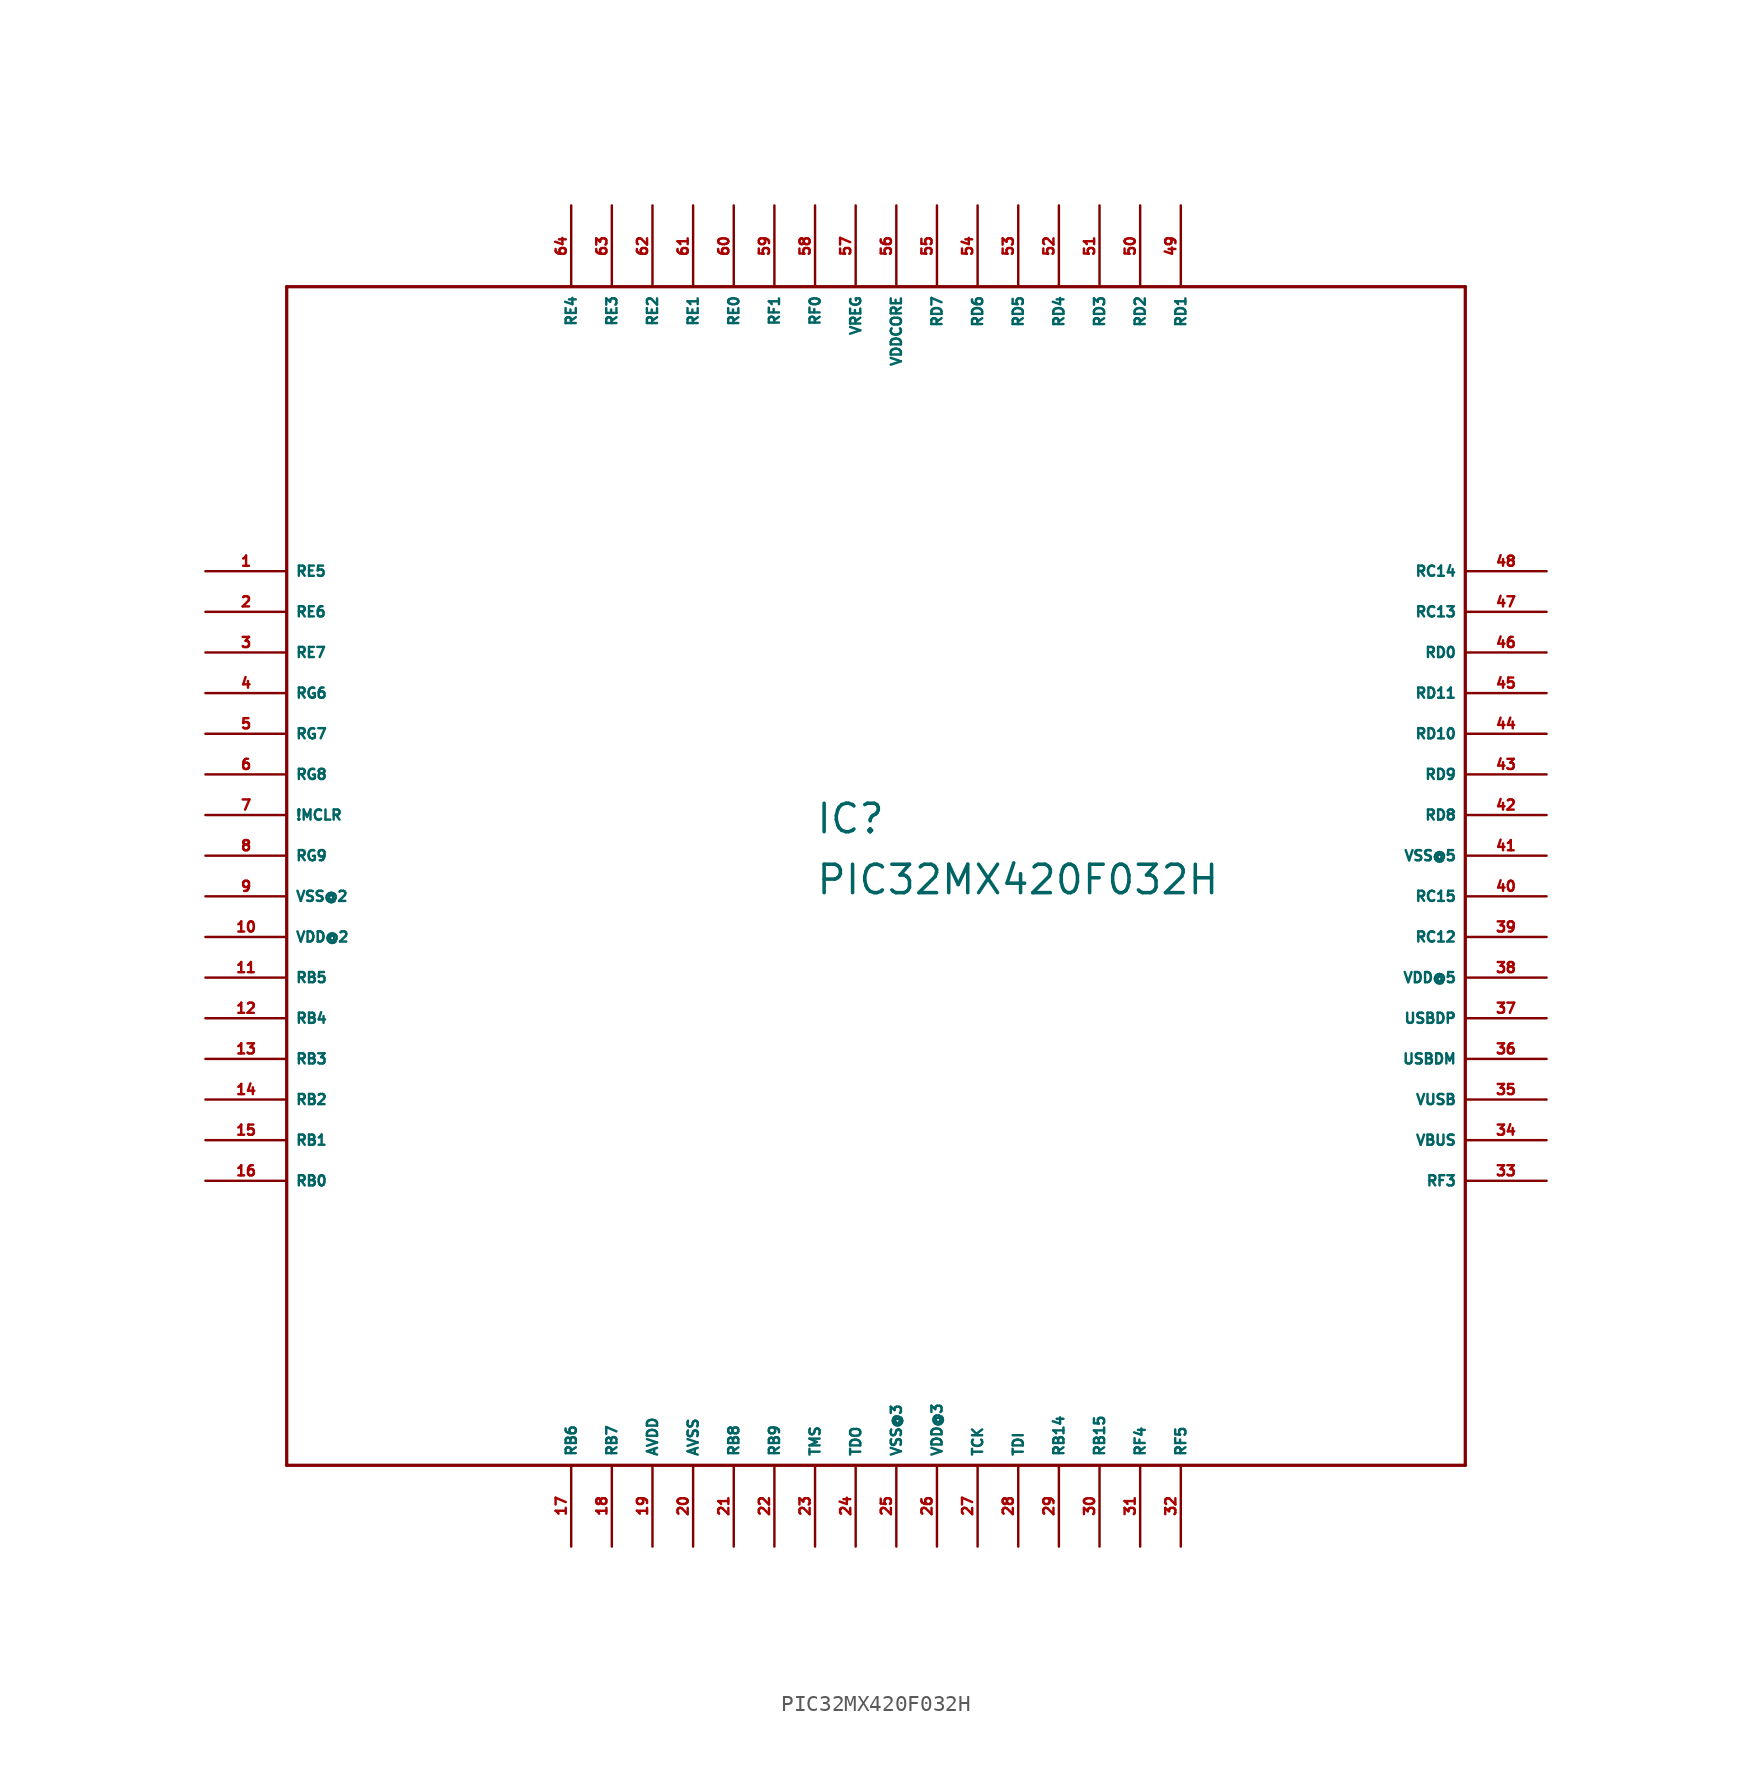
<source format=kicad_sym>
(kicad_symbol_lib
  (version 20220914)
  (generator Eagle2Kicad)
  (symbol "PIC32MX420F032H"
    (property "Reference" "IC"
      (at -5.08 1.27 0)
      (effects (font (size 1.778 1.778) (thickness 0.22)) (justify left bottom)))
    (property "Value" "PIC32MX420F032H"
      (at -5.08 -2.54 0)
      (effects (font (size 1.778 1.778) (thickness 0.22)) (justify left bottom)))
    (polyline
      (pts (xy -38.1 -38.1) (xy 35.56 -38.1))
      (stroke (width 0.203) (type default))
      (fill (type none)))
    (polyline
      (pts (xy 35.56 -38.1) (xy 35.56 35.56))
      (stroke (width 0.203) (type default))
      (fill (type none)))
    (polyline
      (pts (xy 35.56 35.56) (xy -38.1 35.56))
      (stroke (width 0.203) (type default))
      (fill (type none)))
    (polyline
      (pts (xy -38.1 35.56) (xy -38.1 -38.1))
      (stroke (width 0.203) (type default))
      (fill (type none)))
    (pin bidirectional line
      (at -43.18 17.78 0)
      (length 5.08)
      (name "RE5" (effects (font (size 0.635 0.635) (thickness 0.08)) (justify left bottom)))
      (number "1" (effects (font (size 0.635 0.635) (thickness 0.08)) (justify left bottom))))
    (pin bidirectional line
      (at -43.18 15.24 0)
      (length 5.08)
      (name "RE6" (effects (font (size 0.635 0.635) (thickness 0.08)) (justify left bottom)))
      (number "2" (effects (font (size 0.635 0.635) (thickness 0.08)) (justify left bottom))))
    (pin bidirectional line
      (at -43.18 12.7 0)
      (length 5.08)
      (name "RE7" (effects (font (size 0.635 0.635) (thickness 0.08)) (justify left bottom)))
      (number "3" (effects (font (size 0.635 0.635) (thickness 0.08)) (justify left bottom))))
    (pin bidirectional line
      (at -43.18 10.16 0)
      (length 5.08)
      (name "RG6" (effects (font (size 0.635 0.635) (thickness 0.08)) (justify left bottom)))
      (number "4" (effects (font (size 0.635 0.635) (thickness 0.08)) (justify left bottom))))
    (pin bidirectional line
      (at -43.18 7.62 0)
      (length 5.08)
      (name "RG7" (effects (font (size 0.635 0.635) (thickness 0.08)) (justify left bottom)))
      (number "5" (effects (font (size 0.635 0.635) (thickness 0.08)) (justify left bottom))))
    (pin bidirectional line
      (at -43.18 5.08 0)
      (length 5.08)
      (name "RG8" (effects (font (size 0.635 0.635) (thickness 0.08)) (justify left bottom)))
      (number "6" (effects (font (size 0.635 0.635) (thickness 0.08)) (justify left bottom))))
    (pin input line
      (at -43.18 2.54 0)
      (length 5.08)
      (name "!MCLR" (effects (font (size 0.635 0.635) (thickness 0.08)) (justify left bottom)))
      (number "7" (effects (font (size 0.635 0.635) (thickness 0.08)) (justify left bottom))))
    (pin bidirectional line
      (at -43.18 0 0)
      (length 5.08)
      (name "RG9" (effects (font (size 0.635 0.635) (thickness 0.08)) (justify left bottom)))
      (number "8" (effects (font (size 0.635 0.635) (thickness 0.08)) (justify left bottom))))
    (pin unspecified line
      (at -43.18 -2.54 0)
      (length 5.08)
      (name "VSS@2" (effects (font (size 0.635 0.635) (thickness 0.08)) (justify left bottom)))
      (number "9" (effects (font (size 0.635 0.635) (thickness 0.08)) (justify left bottom))))
    (pin unspecified line
      (at -43.18 -5.08 0)
      (length 5.08)
      (name "VDD@2" (effects (font (size 0.635 0.635) (thickness 0.08)) (justify left bottom)))
      (number "10" (effects (font (size 0.635 0.635) (thickness 0.08)) (justify left bottom))))
    (pin bidirectional line
      (at -43.18 -7.62 0)
      (length 5.08)
      (name "RB5" (effects (font (size 0.635 0.635) (thickness 0.08)) (justify left bottom)))
      (number "11" (effects (font (size 0.635 0.635) (thickness 0.08)) (justify left bottom))))
    (pin bidirectional line
      (at -43.18 -10.16 0)
      (length 5.08)
      (name "RB4" (effects (font (size 0.635 0.635) (thickness 0.08)) (justify left bottom)))
      (number "12" (effects (font (size 0.635 0.635) (thickness 0.08)) (justify left bottom))))
    (pin bidirectional line
      (at -43.18 -12.7 0)
      (length 5.08)
      (name "RB3" (effects (font (size 0.635 0.635) (thickness 0.08)) (justify left bottom)))
      (number "13" (effects (font (size 0.635 0.635) (thickness 0.08)) (justify left bottom))))
    (pin bidirectional line
      (at -43.18 -15.24 0)
      (length 5.08)
      (name "RB2" (effects (font (size 0.635 0.635) (thickness 0.08)) (justify left bottom)))
      (number "14" (effects (font (size 0.635 0.635) (thickness 0.08)) (justify left bottom))))
    (pin bidirectional line
      (at -43.18 -17.78 0)
      (length 5.08)
      (name "RB1" (effects (font (size 0.635 0.635) (thickness 0.08)) (justify left bottom)))
      (number "15" (effects (font (size 0.635 0.635) (thickness 0.08)) (justify left bottom))))
    (pin bidirectional line
      (at -43.18 -20.32 0)
      (length 5.08)
      (name "RB0" (effects (font (size 0.635 0.635) (thickness 0.08)) (justify left bottom)))
      (number "16" (effects (font (size 0.635 0.635) (thickness 0.08)) (justify left bottom))))
    (pin bidirectional line
      (at -20.32 -43.18 90)
      (length 5.08)
      (name "RB6" (effects (font (size 0.635 0.635) (thickness 0.08)) (justify left bottom)))
      (number "17" (effects (font (size 0.635 0.635) (thickness 0.08)) (justify left bottom))))
    (pin bidirectional line
      (at -17.78 -43.18 90)
      (length 5.08)
      (name "RB7" (effects (font (size 0.635 0.635) (thickness 0.08)) (justify left bottom)))
      (number "18" (effects (font (size 0.635 0.635) (thickness 0.08)) (justify left bottom))))
    (pin unspecified line
      (at -15.24 -43.18 90)
      (length 5.08)
      (name "AVDD" (effects (font (size 0.635 0.635) (thickness 0.08)) (justify left bottom)))
      (number "19" (effects (font (size 0.635 0.635) (thickness 0.08)) (justify left bottom))))
    (pin unspecified line
      (at -12.7 -43.18 90)
      (length 5.08)
      (name "AVSS" (effects (font (size 0.635 0.635) (thickness 0.08)) (justify left bottom)))
      (number "20" (effects (font (size 0.635 0.635) (thickness 0.08)) (justify left bottom))))
    (pin bidirectional line
      (at -10.16 -43.18 90)
      (length 5.08)
      (name "RB8" (effects (font (size 0.635 0.635) (thickness 0.08)) (justify left bottom)))
      (number "21" (effects (font (size 0.635 0.635) (thickness 0.08)) (justify left bottom))))
    (pin bidirectional line
      (at -7.62 -43.18 90)
      (length 5.08)
      (name "RB9" (effects (font (size 0.635 0.635) (thickness 0.08)) (justify left bottom)))
      (number "22" (effects (font (size 0.635 0.635) (thickness 0.08)) (justify left bottom))))
    (pin input line
      (at -5.08 -43.18 90)
      (length 5.08)
      (name "TMS" (effects (font (size 0.635 0.635) (thickness 0.08)) (justify left bottom)))
      (number "23" (effects (font (size 0.635 0.635) (thickness 0.08)) (justify left bottom))))
    (pin output line
      (at -2.54 -43.18 90)
      (length 5.08)
      (name "TDO" (effects (font (size 0.635 0.635) (thickness 0.08)) (justify left bottom)))
      (number "24" (effects (font (size 0.635 0.635) (thickness 0.08)) (justify left bottom))))
    (pin unspecified line
      (at 0 -43.18 90)
      (length 5.08)
      (name "VSS@3" (effects (font (size 0.635 0.635) (thickness 0.08)) (justify left bottom)))
      (number "25" (effects (font (size 0.635 0.635) (thickness 0.08)) (justify left bottom))))
    (pin unspecified line
      (at 2.54 -43.18 90)
      (length 5.08)
      (name "VDD@3" (effects (font (size 0.635 0.635) (thickness 0.08)) (justify left bottom)))
      (number "26" (effects (font (size 0.635 0.635) (thickness 0.08)) (justify left bottom))))
    (pin input line
      (at 5.08 -43.18 90)
      (length 5.08)
      (name "TCK" (effects (font (size 0.635 0.635) (thickness 0.08)) (justify left bottom)))
      (number "27" (effects (font (size 0.635 0.635) (thickness 0.08)) (justify left bottom))))
    (pin input line
      (at 7.62 -43.18 90)
      (length 5.08)
      (name "TDI" (effects (font (size 0.635 0.635) (thickness 0.08)) (justify left bottom)))
      (number "28" (effects (font (size 0.635 0.635) (thickness 0.08)) (justify left bottom))))
    (pin bidirectional line
      (at 10.16 -43.18 90)
      (length 5.08)
      (name "RB14" (effects (font (size 0.635 0.635) (thickness 0.08)) (justify left bottom)))
      (number "29" (effects (font (size 0.635 0.635) (thickness 0.08)) (justify left bottom))))
    (pin bidirectional line
      (at 12.7 -43.18 90)
      (length 5.08)
      (name "RB15" (effects (font (size 0.635 0.635) (thickness 0.08)) (justify left bottom)))
      (number "30" (effects (font (size 0.635 0.635) (thickness 0.08)) (justify left bottom))))
    (pin bidirectional line
      (at 15.24 -43.18 90)
      (length 5.08)
      (name "RF4" (effects (font (size 0.635 0.635) (thickness 0.08)) (justify left bottom)))
      (number "31" (effects (font (size 0.635 0.635) (thickness 0.08)) (justify left bottom))))
    (pin bidirectional line
      (at 17.78 -43.18 90)
      (length 5.08)
      (name "RF5" (effects (font (size 0.635 0.635) (thickness 0.08)) (justify left bottom)))
      (number "32" (effects (font (size 0.635 0.635) (thickness 0.08)) (justify left bottom))))
    (pin bidirectional line
      (at 40.64 -20.32 180)
      (length 5.08)
      (name "RF3" (effects (font (size 0.635 0.635) (thickness 0.08)) (justify left bottom)))
      (number "33" (effects (font (size 0.635 0.635) (thickness 0.08)) (justify left bottom))))
    (pin bidirectional line
      (at 40.64 -17.78 180)
      (length 5.08)
      (name "VBUS" (effects (font (size 0.635 0.635) (thickness 0.08)) (justify left bottom)))
      (number "34" (effects (font (size 0.635 0.635) (thickness 0.08)) (justify left bottom))))
    (pin passive line
      (at 40.64 -15.24 180)
      (length 5.08)
      (name "VUSB" (effects (font (size 0.635 0.635) (thickness 0.08)) (justify left bottom)))
      (number "35" (effects (font (size 0.635 0.635) (thickness 0.08)) (justify left bottom))))
    (pin bidirectional line
      (at 40.64 -12.7 180)
      (length 5.08)
      (name "USBDM" (effects (font (size 0.635 0.635) (thickness 0.08)) (justify left bottom)))
      (number "36" (effects (font (size 0.635 0.635) (thickness 0.08)) (justify left bottom))))
    (pin bidirectional line
      (at 40.64 -10.16 180)
      (length 5.08)
      (name "USBDP" (effects (font (size 0.635 0.635) (thickness 0.08)) (justify left bottom)))
      (number "37" (effects (font (size 0.635 0.635) (thickness 0.08)) (justify left bottom))))
    (pin unspecified line
      (at 40.64 -7.62 180)
      (length 5.08)
      (name "VDD@5" (effects (font (size 0.635 0.635) (thickness 0.08)) (justify left bottom)))
      (number "38" (effects (font (size 0.635 0.635) (thickness 0.08)) (justify left bottom))))
    (pin bidirectional line
      (at 40.64 -5.08 180)
      (length 5.08)
      (name "RC12" (effects (font (size 0.635 0.635) (thickness 0.08)) (justify left bottom)))
      (number "39" (effects (font (size 0.635 0.635) (thickness 0.08)) (justify left bottom))))
    (pin bidirectional line
      (at 40.64 -2.54 180)
      (length 5.08)
      (name "RC15" (effects (font (size 0.635 0.635) (thickness 0.08)) (justify left bottom)))
      (number "40" (effects (font (size 0.635 0.635) (thickness 0.08)) (justify left bottom))))
    (pin unspecified line
      (at 40.64 0 180)
      (length 5.08)
      (name "VSS@5" (effects (font (size 0.635 0.635) (thickness 0.08)) (justify left bottom)))
      (number "41" (effects (font (size 0.635 0.635) (thickness 0.08)) (justify left bottom))))
    (pin bidirectional line
      (at 40.64 2.54 180)
      (length 5.08)
      (name "RD8" (effects (font (size 0.635 0.635) (thickness 0.08)) (justify left bottom)))
      (number "42" (effects (font (size 0.635 0.635) (thickness 0.08)) (justify left bottom))))
    (pin bidirectional line
      (at 40.64 5.08 180)
      (length 5.08)
      (name "RD9" (effects (font (size 0.635 0.635) (thickness 0.08)) (justify left bottom)))
      (number "43" (effects (font (size 0.635 0.635) (thickness 0.08)) (justify left bottom))))
    (pin bidirectional line
      (at 40.64 7.62 180)
      (length 5.08)
      (name "RD10" (effects (font (size 0.635 0.635) (thickness 0.08)) (justify left bottom)))
      (number "44" (effects (font (size 0.635 0.635) (thickness 0.08)) (justify left bottom))))
    (pin bidirectional line
      (at 40.64 10.16 180)
      (length 5.08)
      (name "RD11" (effects (font (size 0.635 0.635) (thickness 0.08)) (justify left bottom)))
      (number "45" (effects (font (size 0.635 0.635) (thickness 0.08)) (justify left bottom))))
    (pin bidirectional line
      (at 40.64 12.7 180)
      (length 5.08)
      (name "RD0" (effects (font (size 0.635 0.635) (thickness 0.08)) (justify left bottom)))
      (number "46" (effects (font (size 0.635 0.635) (thickness 0.08)) (justify left bottom))))
    (pin bidirectional line
      (at 40.64 15.24 180)
      (length 5.08)
      (name "RC13" (effects (font (size 0.635 0.635) (thickness 0.08)) (justify left bottom)))
      (number "47" (effects (font (size 0.635 0.635) (thickness 0.08)) (justify left bottom))))
    (pin bidirectional line
      (at 40.64 17.78 180)
      (length 5.08)
      (name "RC14" (effects (font (size 0.635 0.635) (thickness 0.08)) (justify left bottom)))
      (number "48" (effects (font (size 0.635 0.635) (thickness 0.08)) (justify left bottom))))
    (pin bidirectional line
      (at 17.78 40.64 270)
      (length 5.08)
      (name "RD1" (effects (font (size 0.635 0.635) (thickness 0.08)) (justify left bottom)))
      (number "49" (effects (font (size 0.635 0.635) (thickness 0.08)) (justify left bottom))))
    (pin bidirectional line
      (at 15.24 40.64 270)
      (length 5.08)
      (name "RD2" (effects (font (size 0.635 0.635) (thickness 0.08)) (justify left bottom)))
      (number "50" (effects (font (size 0.635 0.635) (thickness 0.08)) (justify left bottom))))
    (pin bidirectional line
      (at 12.7 40.64 270)
      (length 5.08)
      (name "RD3" (effects (font (size 0.635 0.635) (thickness 0.08)) (justify left bottom)))
      (number "51" (effects (font (size 0.635 0.635) (thickness 0.08)) (justify left bottom))))
    (pin bidirectional line
      (at 10.16 40.64 270)
      (length 5.08)
      (name "RD4" (effects (font (size 0.635 0.635) (thickness 0.08)) (justify left bottom)))
      (number "52" (effects (font (size 0.635 0.635) (thickness 0.08)) (justify left bottom))))
    (pin bidirectional line
      (at 7.62 40.64 270)
      (length 5.08)
      (name "RD5" (effects (font (size 0.635 0.635) (thickness 0.08)) (justify left bottom)))
      (number "53" (effects (font (size 0.635 0.635) (thickness 0.08)) (justify left bottom))))
    (pin bidirectional line
      (at 5.08 40.64 270)
      (length 5.08)
      (name "RD6" (effects (font (size 0.635 0.635) (thickness 0.08)) (justify left bottom)))
      (number "54" (effects (font (size 0.635 0.635) (thickness 0.08)) (justify left bottom))))
    (pin bidirectional line
      (at 2.54 40.64 270)
      (length 5.08)
      (name "RD7" (effects (font (size 0.635 0.635) (thickness 0.08)) (justify left bottom)))
      (number "55" (effects (font (size 0.635 0.635) (thickness 0.08)) (justify left bottom))))
    (pin unspecified line
      (at 0 40.64 270)
      (length 5.08)
      (name "VDDCORE" (effects (font (size 0.635 0.635) (thickness 0.08)) (justify left bottom)))
      (number "56" (effects (font (size 0.635 0.635) (thickness 0.08)) (justify left bottom))))
    (pin passive line
      (at -2.54 40.64 270)
      (length 5.08)
      (name "VREG" (effects (font (size 0.635 0.635) (thickness 0.08)) (justify left bottom)))
      (number "57" (effects (font (size 0.635 0.635) (thickness 0.08)) (justify left bottom))))
    (pin bidirectional line
      (at -5.08 40.64 270)
      (length 5.08)
      (name "RF0" (effects (font (size 0.635 0.635) (thickness 0.08)) (justify left bottom)))
      (number "58" (effects (font (size 0.635 0.635) (thickness 0.08)) (justify left bottom))))
    (pin bidirectional line
      (at -7.62 40.64 270)
      (length 5.08)
      (name "RF1" (effects (font (size 0.635 0.635) (thickness 0.08)) (justify left bottom)))
      (number "59" (effects (font (size 0.635 0.635) (thickness 0.08)) (justify left bottom))))
    (pin bidirectional line
      (at -10.16 40.64 270)
      (length 5.08)
      (name "RE0" (effects (font (size 0.635 0.635) (thickness 0.08)) (justify left bottom)))
      (number "60" (effects (font (size 0.635 0.635) (thickness 0.08)) (justify left bottom))))
    (pin bidirectional line
      (at -12.7 40.64 270)
      (length 5.08)
      (name "RE1" (effects (font (size 0.635 0.635) (thickness 0.08)) (justify left bottom)))
      (number "61" (effects (font (size 0.635 0.635) (thickness 0.08)) (justify left bottom))))
    (pin bidirectional line
      (at -15.24 40.64 270)
      (length 5.08)
      (name "RE2" (effects (font (size 0.635 0.635) (thickness 0.08)) (justify left bottom)))
      (number "62" (effects (font (size 0.635 0.635) (thickness 0.08)) (justify left bottom))))
    (pin bidirectional line
      (at -17.78 40.64 270)
      (length 5.08)
      (name "RE3" (effects (font (size 0.635 0.635) (thickness 0.08)) (justify left bottom)))
      (number "63" (effects (font (size 0.635 0.635) (thickness 0.08)) (justify left bottom))))
    (pin bidirectional line
      (at -20.32 40.64 270)
      (length 5.08)
      (name "RE4" (effects (font (size 0.635 0.635) (thickness 0.08)) (justify left bottom)))
      (number "64" (effects (font (size 0.635 0.635) (thickness 0.08)) (justify left bottom))))))
</source>
